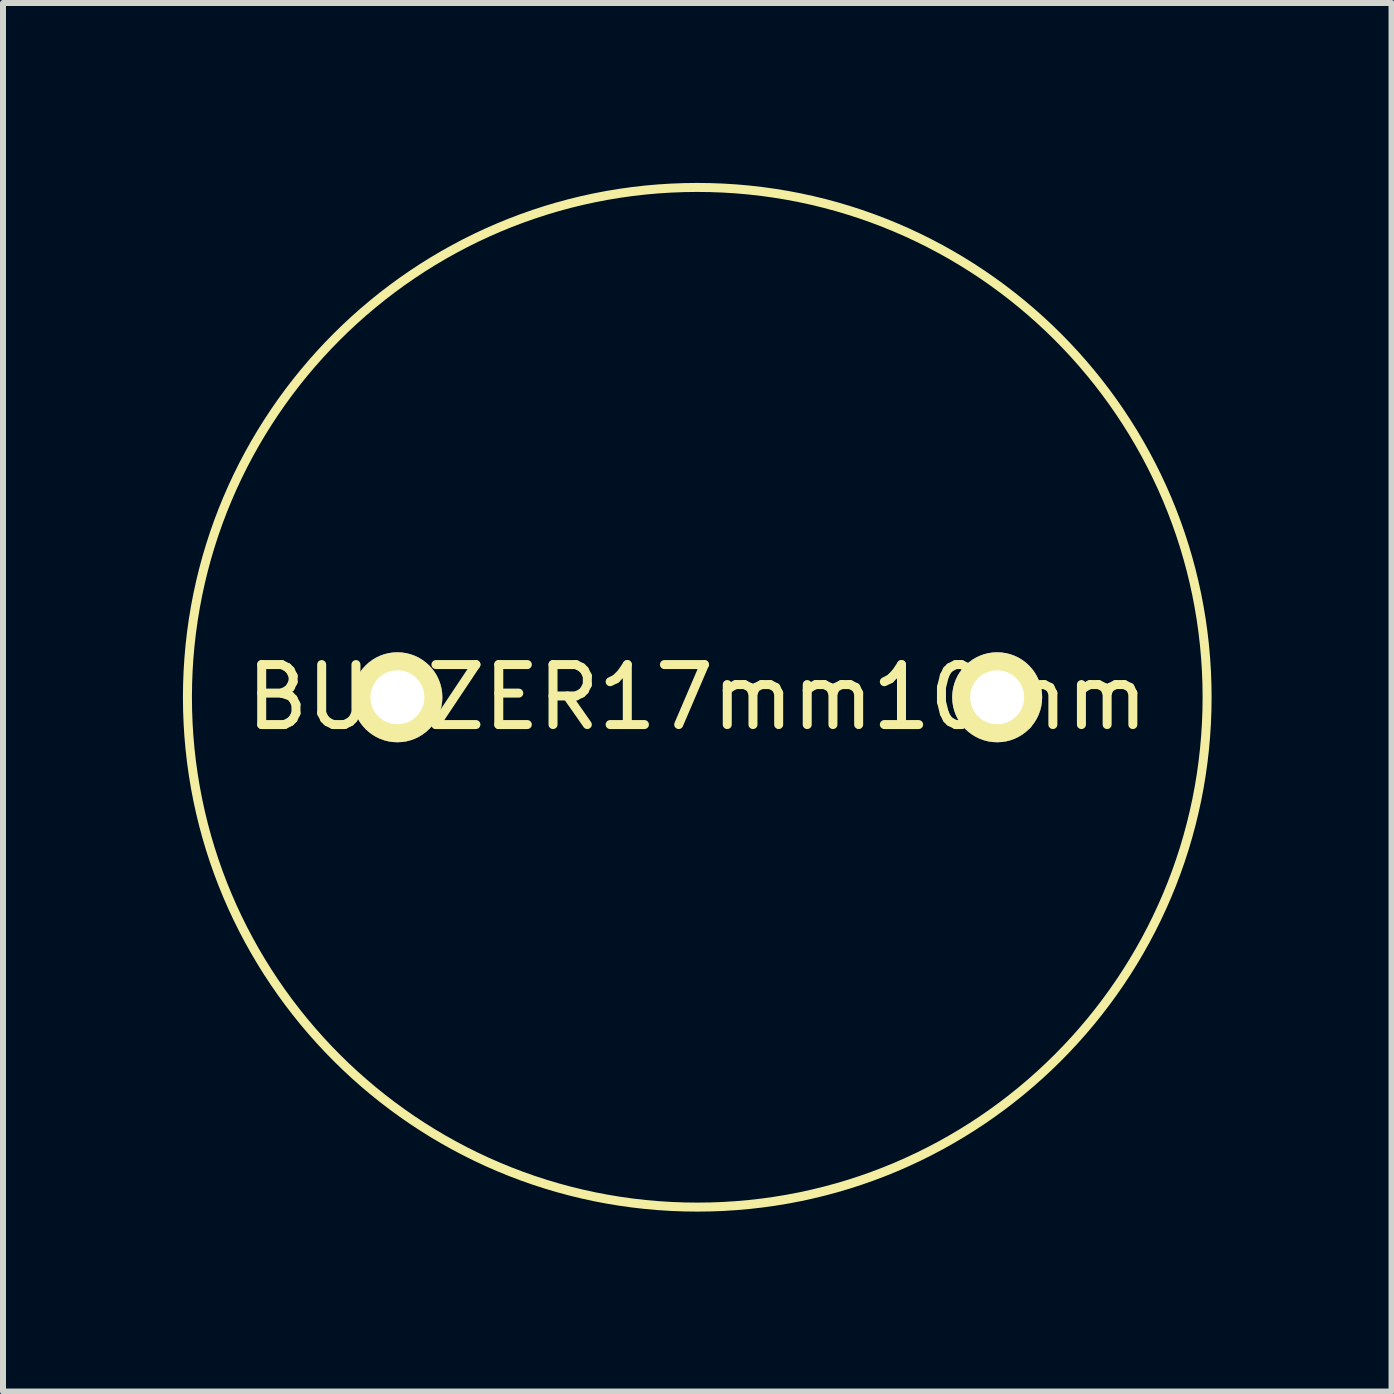
<source format=kicad_pcb>
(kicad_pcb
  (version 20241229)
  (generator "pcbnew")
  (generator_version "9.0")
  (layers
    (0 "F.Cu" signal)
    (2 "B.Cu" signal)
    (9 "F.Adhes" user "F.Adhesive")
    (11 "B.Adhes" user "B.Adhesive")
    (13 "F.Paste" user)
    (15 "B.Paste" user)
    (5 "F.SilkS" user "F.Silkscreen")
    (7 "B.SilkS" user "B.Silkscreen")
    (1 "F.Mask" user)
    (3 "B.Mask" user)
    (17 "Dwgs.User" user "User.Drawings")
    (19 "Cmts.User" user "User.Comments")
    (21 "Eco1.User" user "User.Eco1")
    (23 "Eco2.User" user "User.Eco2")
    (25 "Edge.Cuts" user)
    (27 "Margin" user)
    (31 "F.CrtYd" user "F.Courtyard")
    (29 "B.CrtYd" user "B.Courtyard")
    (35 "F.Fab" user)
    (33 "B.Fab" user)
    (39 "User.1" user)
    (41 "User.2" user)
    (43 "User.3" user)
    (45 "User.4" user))
  (footprint "BUZZER17mm10mm"
    (layer "F.Cu")
    (at 8.575 8.575)
    (property "Reference" "BUZZER17mm10mm" (at 0 0 0) (layer "F.SilkS") (effects (font (size 1 1) (thickness 0.15))))
    (attr through_hole)
    (fp_circle (center 0 0) (end 8.5 0) (stroke (width 0.15) (type solid)) (fill no) (layer "F.SilkS"))
    (pad "1" thru_hole circle (at -5 0) (size 1.5 1.5) (drill 0.9) (layers "*.Cu" "*.Mask" "F.SilkS"))
    (pad "2" thru_hole circle (at 5 0) (size 1.5 1.5) (drill 0.9) (layers "*.Cu" "*.Mask" "F.SilkS")))
  (gr_rect
    (start -3 -3)
    (end 20.15 20.15)
    (stroke (width 0.1) (type default))
    (fill no)
    (layer "Edge.Cuts")))
</source>
